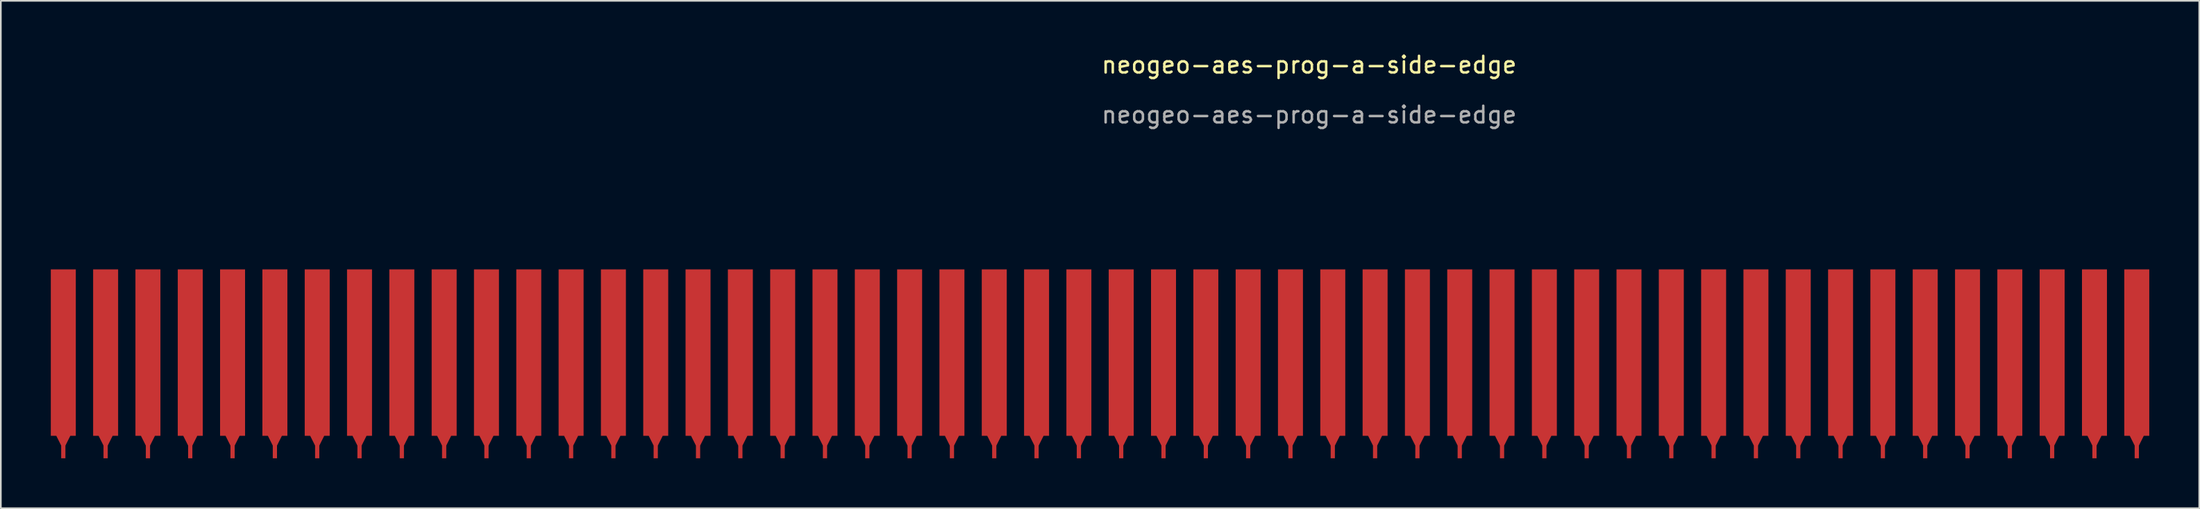
<source format=kicad_pcb>
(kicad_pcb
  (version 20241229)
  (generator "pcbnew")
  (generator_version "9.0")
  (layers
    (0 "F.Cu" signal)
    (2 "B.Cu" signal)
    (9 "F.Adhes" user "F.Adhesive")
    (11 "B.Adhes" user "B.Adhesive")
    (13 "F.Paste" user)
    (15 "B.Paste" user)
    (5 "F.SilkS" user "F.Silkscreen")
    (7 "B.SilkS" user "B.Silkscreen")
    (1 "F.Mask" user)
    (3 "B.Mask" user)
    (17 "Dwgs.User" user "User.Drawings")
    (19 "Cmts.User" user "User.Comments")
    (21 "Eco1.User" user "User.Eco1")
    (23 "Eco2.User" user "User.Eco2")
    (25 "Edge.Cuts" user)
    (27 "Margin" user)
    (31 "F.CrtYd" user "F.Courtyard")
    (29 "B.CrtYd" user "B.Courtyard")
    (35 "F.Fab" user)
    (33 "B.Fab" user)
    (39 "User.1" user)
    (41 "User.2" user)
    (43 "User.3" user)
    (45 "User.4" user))
  (footprint "neogeo-aes-prog-a-side-edge"
    (layer "F.Cu")
    (at 64.25 18.138)
    (property "Reference" "neogeo-aes-prog-a-side-edge" (at 11.28 -17.29 0) (unlocked yes) (layer "F.SilkS") (effects (font (size 1 1) (thickness 0.15))))
    (attr smd)
    (fp_text user "${REFERENCE}" (at 11.28 -14.29 0) (unlocked yes) (layer "F.Fab") (effects (font (size 1 1) (thickness 0.15))))
    (pad "1" connect custom (at 60.96 0) (size 1.5 10) (layers "F.Cu" "F.Mask") (options (anchor rect)) (primitives (gr_poly (pts (xy 0 5.842) (xy -0.508 4.826) (xy 0.508 4.826)) (width 0) (fill yes)) (gr_rect (start -0.127 5) (end 0.127 6.35) (width 0) (fill yes))))
    (pad "2" connect custom (at 58.42 0) (size 1.5 10) (layers "F.Cu" "F.Mask") (options (anchor rect)) (primitives (gr_poly (pts (xy 0 5.842) (xy -0.508 4.826) (xy 0.508 4.826)) (width 0) (fill yes)) (gr_rect (start -0.127 5) (end 0.127 6.35) (width 0) (fill yes))))
    (pad "3" connect custom (at 55.88 0) (size 1.5 10) (layers "F.Cu" "F.Mask") (options (anchor rect)) (primitives (gr_poly (pts (xy 0 5.842) (xy -0.508 4.826) (xy 0.508 4.826)) (width 0) (fill yes)) (gr_rect (start -0.127 5) (end 0.127 6.35) (width 0) (fill yes))))
    (pad "4" connect custom (at 53.34 0) (size 1.5 10) (layers "F.Cu" "F.Mask") (options (anchor rect)) (primitives (gr_poly (pts (xy 0 5.842) (xy -0.508 4.826) (xy 0.508 4.826)) (width 0) (fill yes)) (gr_rect (start -0.127 5) (end 0.127 6.35) (width 0) (fill yes))))
    (pad "5" connect custom (at 50.8 0) (size 1.5 10) (layers "F.Cu" "F.Mask") (options (anchor rect)) (primitives (gr_poly (pts (xy 0 5.842) (xy -0.508 4.826) (xy 0.508 4.826)) (width 0) (fill yes)) (gr_rect (start -0.127 5) (end 0.127 6.35) (width 0) (fill yes))))
    (pad "6" connect custom (at 48.26 0) (size 1.5 10) (layers "F.Cu" "F.Mask") (options (anchor rect)) (primitives (gr_poly (pts (xy 0 5.842) (xy -0.508 4.826) (xy 0.508 4.826)) (width 0) (fill yes)) (gr_rect (start -0.127 5) (end 0.127 6.35) (width 0) (fill yes))))
    (pad "7" connect custom (at 45.72 0) (size 1.5 10) (layers "F.Cu" "F.Mask") (options (anchor rect)) (primitives (gr_poly (pts (xy 0 5.842) (xy -0.508 4.826) (xy 0.508 4.826)) (width 0) (fill yes)) (gr_rect (start -0.127 5) (end 0.127 6.35) (width 0) (fill yes))))
    (pad "8" connect custom (at 43.18 0) (size 1.5 10) (layers "F.Cu" "F.Mask") (options (anchor rect)) (primitives (gr_poly (pts (xy 0 5.842) (xy -0.508 4.826) (xy 0.508 4.826)) (width 0) (fill yes)) (gr_rect (start -0.127 5) (end 0.127 6.35) (width 0) (fill yes))))
    (pad "9" connect custom (at 40.64 0) (size 1.5 10) (layers "F.Cu" "F.Mask") (options (anchor rect)) (primitives (gr_poly (pts (xy 0 5.842) (xy -0.508 4.826) (xy 0.508 4.826)) (width 0) (fill yes)) (gr_rect (start -0.127 5) (end 0.127 6.35) (width 0) (fill yes))))
    (pad "10" connect custom (at 38.1 0) (size 1.5 10) (layers "F.Cu" "F.Mask") (options (anchor rect)) (primitives (gr_poly (pts (xy 0 5.842) (xy -0.508 4.826) (xy 0.508 4.826)) (width 0) (fill yes)) (gr_rect (start -0.127 5) (end 0.127 6.35) (width 0) (fill yes))))
    (pad "11" connect custom (at 35.56 0) (size 1.5 10) (layers "F.Cu" "F.Mask") (options (anchor rect)) (primitives (gr_poly (pts (xy 0 5.842) (xy -0.508 4.826) (xy 0.508 4.826)) (width 0) (fill yes)) (gr_rect (start -0.127 5) (end 0.127 6.35) (width 0) (fill yes))))
    (pad "12" connect custom (at 33.02 0) (size 1.5 10) (layers "F.Cu" "F.Mask") (options (anchor rect)) (primitives (gr_poly (pts (xy 0 5.842) (xy -0.508 4.826) (xy 0.508 4.826)) (width 0) (fill yes)) (gr_rect (start -0.127 5) (end 0.127 6.35) (width 0) (fill yes))))
    (pad "13" connect custom (at 30.48 0) (size 1.5 10) (layers "F.Cu" "F.Mask") (options (anchor rect)) (primitives (gr_poly (pts (xy 0 5.842) (xy -0.508 4.826) (xy 0.508 4.826)) (width 0) (fill yes)) (gr_rect (start -0.127 5) (end 0.127 6.35) (width 0) (fill yes))))
    (pad "14" connect custom (at 27.94 0) (size 1.5 10) (layers "F.Cu" "F.Mask") (options (anchor rect)) (primitives (gr_poly (pts (xy 0 5.842) (xy -0.508 4.826) (xy 0.508 4.826)) (width 0) (fill yes)) (gr_rect (start -0.127 5) (end 0.127 6.35) (width 0) (fill yes))))
    (pad "15" connect custom (at 25.4 0) (size 1.5 10) (layers "F.Cu" "F.Mask") (options (anchor rect)) (primitives (gr_poly (pts (xy 0 5.842) (xy -0.508 4.826) (xy 0.508 4.826)) (width 0) (fill yes)) (gr_rect (start -0.127 5) (end 0.127 6.35) (width 0) (fill yes))))
    (pad "16" connect custom (at 22.86 0) (size 1.5 10) (layers "F.Cu" "F.Mask") (options (anchor rect)) (primitives (gr_poly (pts (xy 0 5.842) (xy -0.508 4.826) (xy 0.508 4.826)) (width 0) (fill yes)) (gr_rect (start -0.127 5) (end 0.127 6.35) (width 0) (fill yes))))
    (pad "17" connect custom (at 20.32 0) (size 1.5 10) (layers "F.Cu" "F.Mask") (options (anchor rect)) (primitives (gr_poly (pts (xy 0 5.842) (xy -0.508 4.826) (xy 0.508 4.826)) (width 0) (fill yes)) (gr_rect (start -0.127 5) (end 0.127 6.35) (width 0) (fill yes))))
    (pad "18" connect custom (at 17.78 0) (size 1.5 10) (layers "F.Cu" "F.Mask") (options (anchor rect)) (primitives (gr_poly (pts (xy 0 5.842) (xy -0.508 4.826) (xy 0.508 4.826)) (width 0) (fill yes)) (gr_rect (start -0.127 5) (end 0.127 6.35) (width 0) (fill yes))))
    (pad "19" connect custom (at 15.24 0) (size 1.5 10) (layers "F.Cu" "F.Mask") (options (anchor rect)) (primitives (gr_poly (pts (xy 0 5.842) (xy -0.508 4.826) (xy 0.508 4.826)) (width 0) (fill yes)) (gr_rect (start -0.127 5) (end 0.127 6.35) (width 0) (fill yes))))
    (pad "20" connect custom (at 12.7 0) (size 1.5 10) (layers "F.Cu" "F.Mask") (options (anchor rect)) (primitives (gr_poly (pts (xy 0 5.842) (xy -0.508 4.826) (xy 0.508 4.826)) (width 0) (fill yes)) (gr_rect (start -0.127 5) (end 0.127 6.35) (width 0) (fill yes))))
    (pad "21" connect custom (at 10.16 0) (size 1.5 10) (layers "F.Cu" "F.Mask") (options (anchor rect)) (primitives (gr_poly (pts (xy 0 5.842) (xy -0.508 4.826) (xy 0.508 4.826)) (width 0) (fill yes)) (gr_rect (start -0.127 5) (end 0.127 6.35) (width 0) (fill yes))))
    (pad "22" connect custom (at 7.62 0) (size 1.5 10) (layers "F.Cu" "F.Mask") (options (anchor rect)) (primitives (gr_poly (pts (xy 0 5.842) (xy -0.508 4.826) (xy 0.508 4.826)) (width 0) (fill yes)) (gr_rect (start -0.127 5) (end 0.127 6.35) (width 0) (fill yes))))
    (pad "23" connect custom (at 5.08 0) (size 1.5 10) (layers "F.Cu" "F.Mask") (options (anchor rect)) (primitives (gr_poly (pts (xy 0 5.842) (xy -0.508 4.826) (xy 0.508 4.826)) (width 0) (fill yes)) (gr_rect (start -0.127 5) (end 0.127 6.35) (width 0) (fill yes))))
    (pad "24" connect custom (at 2.54 0) (size 1.5 10) (layers "F.Cu" "F.Mask") (options (anchor rect)) (primitives (gr_poly (pts (xy 0 5.842) (xy -0.508 4.826) (xy 0.508 4.826)) (width 0) (fill yes)) (gr_rect (start -0.127 5) (end 0.127 6.35) (width 0) (fill yes))))
    (pad "25" connect custom (at 0 0) (size 1.5 10) (layers "F.Cu" "F.Mask") (options (anchor rect)) (primitives (gr_poly (pts (xy 0 5.842) (xy -0.508 4.826) (xy 0.508 4.826)) (width 0) (fill yes)) (gr_rect (start -0.127 5) (end 0.127 6.35) (width 0) (fill yes))))
    (pad "26" connect custom (at -2.54 0) (size 1.5 10) (layers "F.Cu" "F.Mask") (options (anchor rect)) (primitives (gr_poly (pts (xy 0 5.842) (xy -0.508 4.826) (xy 0.508 4.826)) (width 0) (fill yes)) (gr_rect (start -0.127 5) (end 0.127 6.35) (width 0) (fill yes))))
    (pad "27" connect custom (at -5.08 0) (size 1.5 10) (layers "F.Cu" "F.Mask") (options (anchor rect)) (primitives (gr_poly (pts (xy 0 5.842) (xy -0.508 4.826) (xy 0.508 4.826)) (width 0) (fill yes)) (gr_rect (start -0.127 5) (end 0.127 6.35) (width 0) (fill yes))))
    (pad "28" connect custom (at -7.62 0) (size 1.5 10) (layers "F.Cu" "F.Mask") (options (anchor rect)) (primitives (gr_poly (pts (xy 0 5.842) (xy -0.508 4.826) (xy 0.508 4.826)) (width 0) (fill yes)) (gr_rect (start -0.127 5) (end 0.127 6.35) (width 0) (fill yes))))
    (pad "29" connect custom (at -10.16 0) (size 1.5 10) (layers "F.Cu" "F.Mask") (options (anchor rect)) (primitives (gr_poly (pts (xy 0 5.842) (xy -0.508 4.826) (xy 0.508 4.826)) (width 0) (fill yes)) (gr_rect (start -0.127 5) (end 0.127 6.35) (width 0) (fill yes))))
    (pad "30" connect custom (at -12.7 0) (size 1.5 10) (layers "F.Cu" "F.Mask") (options (anchor rect)) (primitives (gr_poly (pts (xy 0 5.842) (xy -0.508 4.826) (xy 0.508 4.826)) (width 0) (fill yes)) (gr_rect (start -0.127 5) (end 0.127 6.35) (width 0) (fill yes))))
    (pad "31" connect custom (at -15.24 0) (size 1.5 10) (layers "F.Cu" "F.Mask") (options (anchor rect)) (primitives (gr_poly (pts (xy 0 5.842) (xy -0.508 4.826) (xy 0.508 4.826)) (width 0) (fill yes)) (gr_rect (start -0.127 5) (end 0.127 6.35) (width 0) (fill yes))))
    (pad "32" connect custom (at -17.78 0) (size 1.5 10) (layers "F.Cu" "F.Mask") (options (anchor rect)) (primitives (gr_poly (pts (xy 0 5.842) (xy -0.508 4.826) (xy 0.508 4.826)) (width 0) (fill yes)) (gr_rect (start -0.127 5) (end 0.127 6.35) (width 0) (fill yes))))
    (pad "33" connect custom (at -20.32 0) (size 1.5 10) (layers "F.Cu" "F.Mask") (options (anchor rect)) (primitives (gr_poly (pts (xy 0 5.842) (xy -0.508 4.826) (xy 0.508 4.826)) (width 0) (fill yes)) (gr_rect (start -0.127 5) (end 0.127 6.35) (width 0) (fill yes))))
    (pad "34" connect custom (at -22.86 0) (size 1.5 10) (layers "F.Cu" "F.Mask") (options (anchor rect)) (primitives (gr_poly (pts (xy 0 5.842) (xy -0.508 4.826) (xy 0.508 4.826)) (width 0) (fill yes)) (gr_rect (start -0.127 5) (end 0.127 6.35) (width 0) (fill yes))))
    (pad "35" connect custom (at -25.4 0) (size 1.5 10) (layers "F.Cu" "F.Mask") (options (anchor rect)) (primitives (gr_poly (pts (xy 0 5.842) (xy -0.508 4.826) (xy 0.508 4.826)) (width 0) (fill yes)) (gr_rect (start -0.127 5) (end 0.127 6.35) (width 0) (fill yes))))
    (pad "36" connect custom (at -27.94 0) (size 1.5 10) (layers "F.Cu" "F.Mask") (options (anchor rect)) (primitives (gr_poly (pts (xy 0 5.842) (xy -0.508 4.826) (xy 0.508 4.826)) (width 0) (fill yes)) (gr_rect (start -0.127 5) (end 0.127 6.35) (width 0) (fill yes))))
    (pad "37" connect custom (at -30.48 0) (size 1.5 10) (layers "F.Cu" "F.Mask") (options (anchor rect)) (primitives (gr_poly (pts (xy 0 5.842) (xy -0.508 4.826) (xy 0.508 4.826)) (width 0) (fill yes)) (gr_rect (start -0.127 5) (end 0.127 6.35) (width 0) (fill yes))))
    (pad "38" connect custom (at -33.02 0) (size 1.5 10) (layers "F.Cu" "F.Mask") (options (anchor rect)) (primitives (gr_poly (pts (xy 0 5.842) (xy -0.508 4.826) (xy 0.508 4.826)) (width 0) (fill yes)) (gr_rect (start -0.127 5) (end 0.127 6.35) (width 0) (fill yes))))
    (pad "39" connect custom (at -35.56 0) (size 1.5 10) (layers "F.Cu" "F.Mask") (options (anchor rect)) (primitives (gr_poly (pts (xy 0 5.842) (xy -0.508 4.826) (xy 0.508 4.826)) (width 0) (fill yes)) (gr_rect (start -0.127 5) (end 0.127 6.35) (width 0) (fill yes))))
    (pad "40" connect custom (at -38.1 0) (size 1.5 10) (layers "F.Cu" "F.Mask") (options (anchor rect)) (primitives (gr_poly (pts (xy 0 5.842) (xy -0.508 4.826) (xy 0.508 4.826)) (width 0) (fill yes)) (gr_rect (start -0.127 5) (end 0.127 6.35) (width 0) (fill yes))))
    (pad "41" connect custom (at -40.64 0) (size 1.5 10) (layers "F.Cu" "F.Mask") (options (anchor rect)) (primitives (gr_poly (pts (xy 0 5.842) (xy -0.508 4.826) (xy 0.508 4.826)) (width 0) (fill yes)) (gr_rect (start -0.127 5) (end 0.127 6.35) (width 0) (fill yes))))
    (pad "42" connect custom (at -43.18 0) (size 1.5 10) (layers "F.Cu" "F.Mask") (options (anchor rect)) (primitives (gr_poly (pts (xy 0 5.842) (xy -0.508 4.826) (xy 0.508 4.826)) (width 0) (fill yes)) (gr_rect (start -0.127 5) (end 0.127 6.35) (width 0) (fill yes))))
    (pad "43" connect custom (at -45.72 0) (size 1.5 10) (layers "F.Cu" "F.Mask") (options (anchor rect)) (primitives (gr_poly (pts (xy 0 5.842) (xy -0.508 4.826) (xy 0.508 4.826)) (width 0) (fill yes)) (gr_rect (start -0.127 5) (end 0.127 6.35) (width 0) (fill yes))))
    (pad "44" connect custom (at -48.26 0) (size 1.5 10) (layers "F.Cu" "F.Mask") (options (anchor rect)) (primitives (gr_poly (pts (xy 0 5.842) (xy -0.508 4.826) (xy 0.508 4.826)) (width 0) (fill yes)) (gr_rect (start -0.127 5) (end 0.127 6.35) (width 0) (fill yes))))
    (pad "45" connect custom (at -50.8 0) (size 1.5 10) (layers "F.Cu" "F.Mask") (options (anchor rect)) (primitives (gr_poly (pts (xy 0 5.842) (xy -0.508 4.826) (xy 0.508 4.826)) (width 0) (fill yes)) (gr_rect (start -0.127 5) (end 0.127 6.35) (width 0) (fill yes))))
    (pad "46" connect custom (at -53.34 0) (size 1.5 10) (layers "F.Cu" "F.Mask") (options (anchor rect)) (primitives (gr_poly (pts (xy 0 5.842) (xy -0.508 4.826) (xy 0.508 4.826)) (width 0) (fill yes)) (gr_rect (start -0.127 5) (end 0.127 6.35) (width 0) (fill yes))))
    (pad "47" connect custom (at -55.88 0) (size 1.5 10) (layers "F.Cu" "F.Mask") (options (anchor rect)) (primitives (gr_poly (pts (xy 0 5.842) (xy -0.508 4.826) (xy 0.508 4.826)) (width 0) (fill yes)) (gr_rect (start -0.127 5) (end 0.127 6.35) (width 0) (fill yes))))
    (pad "48" connect custom (at -58.42 0) (size 1.5 10) (layers "F.Cu" "F.Mask") (options (anchor rect)) (primitives (gr_poly (pts (xy 0 5.842) (xy -0.508 4.826) (xy 0.508 4.826)) (width 0) (fill yes)) (gr_rect (start -0.127 5) (end 0.127 6.35) (width 0) (fill yes))))
    (pad "49" connect custom (at -60.96 0) (size 1.5 10) (layers "F.Cu" "F.Mask") (options (anchor rect)) (primitives (gr_poly (pts (xy 0 5.842) (xy -0.508 4.826) (xy 0.508 4.826)) (width 0) (fill yes)) (gr_rect (start -0.127 5) (end 0.127 6.35) (width 0) (fill yes))))
    (pad "50" connect custom (at -63.5 0) (size 1.5 10) (layers "F.Cu" "F.Mask") (options (anchor rect)) (primitives (gr_poly (pts (xy 0 5.842) (xy -0.508 4.826) (xy 0.508 4.826)) (width 0) (fill yes)) (gr_rect (start -0.127 5) (end 0.127 6.35) (width 0) (fill yes)))))
  (gr_rect
    (start -3 -3)
    (end 128.96 27.488)
    (stroke (width 0.1) (type default))
    (fill no)
    (layer "Edge.Cuts")))
</source>
